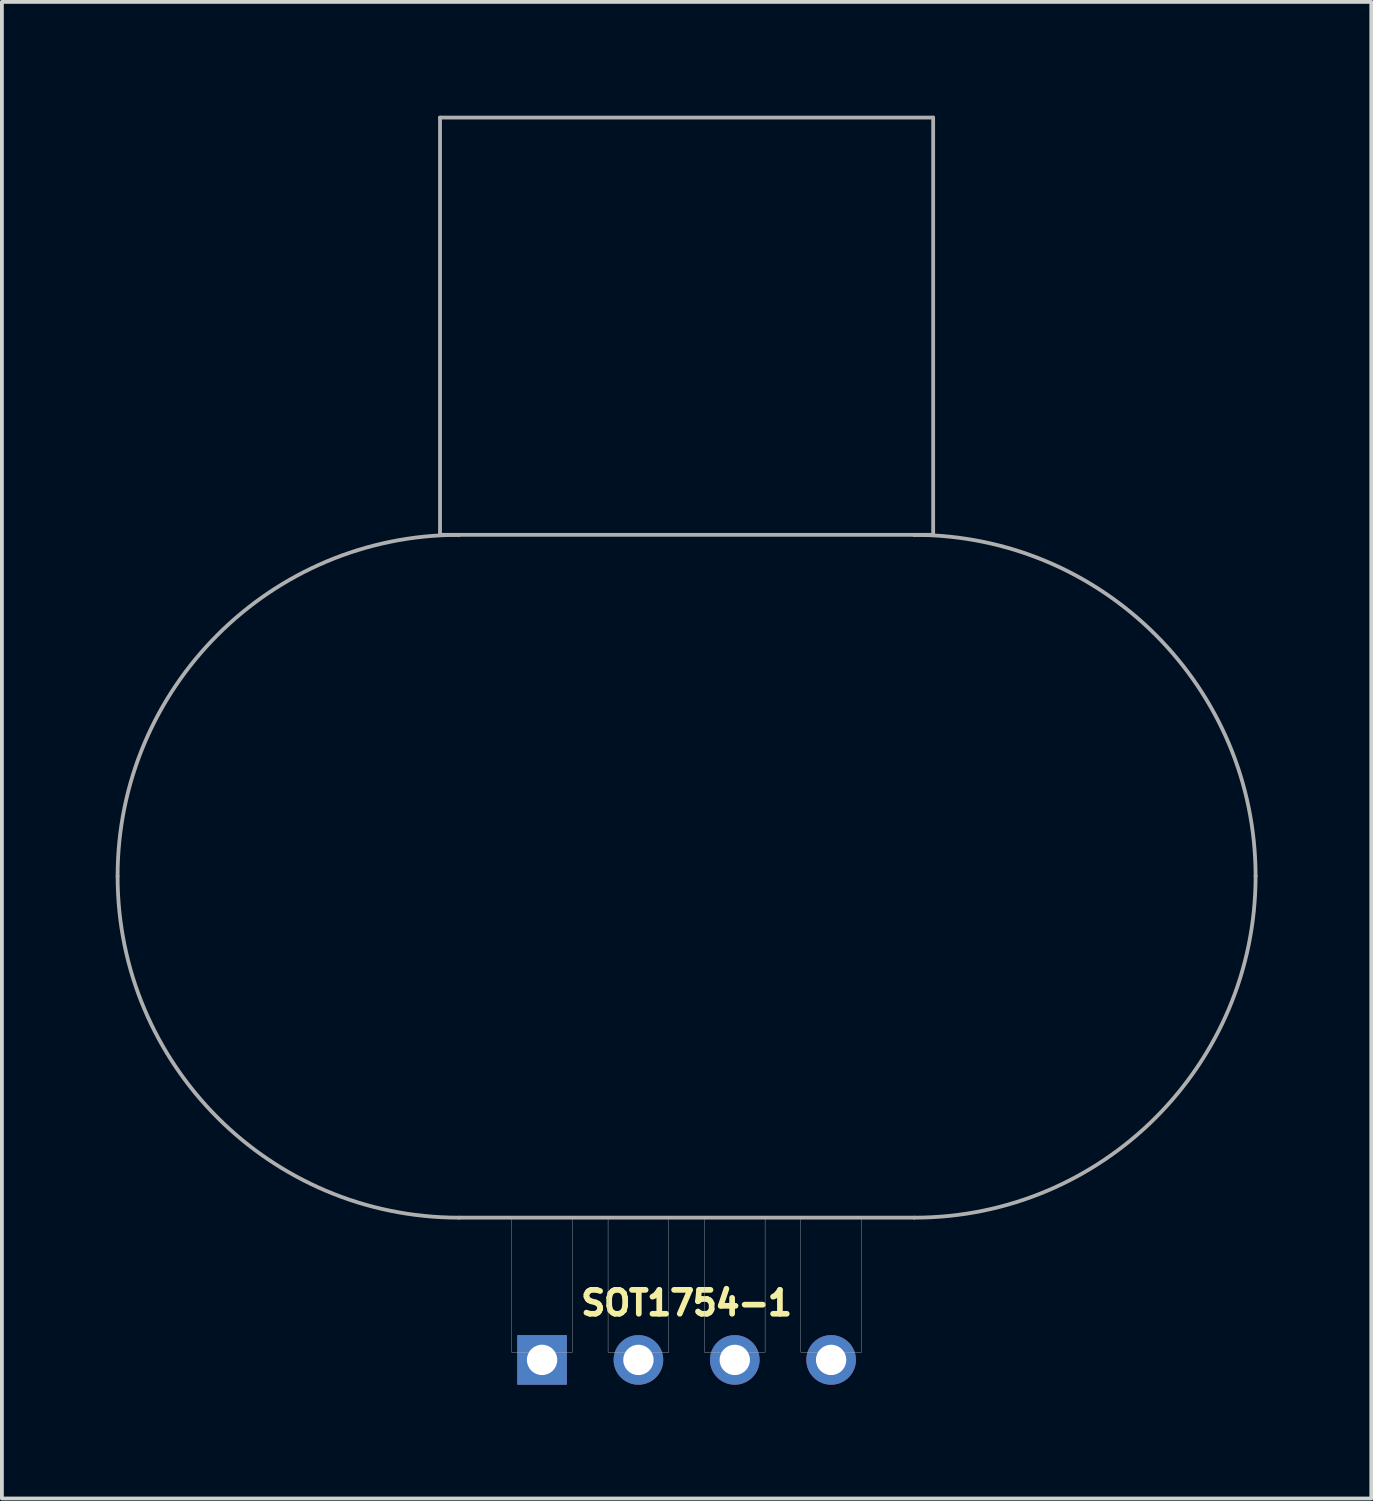
<source format=kicad_pcb>
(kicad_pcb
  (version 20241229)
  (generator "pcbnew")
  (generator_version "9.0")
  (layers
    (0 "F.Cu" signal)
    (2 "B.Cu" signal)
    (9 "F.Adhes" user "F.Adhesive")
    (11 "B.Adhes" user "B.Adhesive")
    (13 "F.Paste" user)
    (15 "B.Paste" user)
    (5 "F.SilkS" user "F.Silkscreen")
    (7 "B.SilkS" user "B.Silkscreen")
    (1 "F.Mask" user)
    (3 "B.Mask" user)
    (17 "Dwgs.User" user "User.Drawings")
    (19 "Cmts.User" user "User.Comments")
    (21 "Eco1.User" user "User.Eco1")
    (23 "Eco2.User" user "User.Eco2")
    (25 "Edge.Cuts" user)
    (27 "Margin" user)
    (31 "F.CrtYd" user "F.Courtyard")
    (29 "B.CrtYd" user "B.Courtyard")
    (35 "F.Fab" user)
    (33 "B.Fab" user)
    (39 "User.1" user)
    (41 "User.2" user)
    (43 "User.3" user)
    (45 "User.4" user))
  (footprint "SOT1754-1"
    (layer "F.Cu")
    (at 15.05 32.8)
    (property "Reference" "SOT1754-1" (at 0 -1.5 0) (layer "F.SilkS") (effects (font (size 0.63 0.63) (thickness 0.15))))
    (attr through_hole)
    (fp_line (start -6.5 -32.75) (end -6.5 -21.75) (stroke (width 0.1) (type solid)) (layer "F.Fab"))
    (fp_line (start -6 -21.75) (end -6.5 -21.75) (stroke (width 0.1) (type solid)) (layer "F.Fab"))
    (fp_line (start -6 -3.75) (end 6 -3.75) (stroke (width 0.1) (type solid)) (layer "F.Fab"))
    (fp_line (start 6 -21.75) (end -6 -21.75) (stroke (width 0.1) (type solid)) (layer "F.Fab"))
    (fp_line (start 6.5 -32.75) (end -6.5 -32.75) (stroke (width 0.1) (type solid)) (layer "F.Fab"))
    (fp_line (start 6.5 -21.75) (end 6 -21.75) (stroke (width 0.1) (type solid)) (layer "F.Fab"))
    (fp_line (start 6.5 -21.75) (end 6.5 -32.75) (stroke (width 0.1) (type solid)) (layer "F.Fab"))
    (fp_arc (start -15 -12.75) (mid -12.363961 -19.113961) (end -6 -21.75) (stroke (width 0.1) (type solid)) (layer "F.Fab"))
    (fp_arc (start -6 -3.75) (mid -12.363961 -6.386039) (end -15 -12.75) (stroke (width 0.1) (type solid)) (layer "F.Fab"))
    (fp_arc (start 6 -21.75) (mid 12.363961 -19.113961) (end 15 -12.75) (stroke (width 0.1) (type solid)) (layer "F.Fab"))
    (fp_arc (start 15 -12.75) (mid 12.363961 -6.386039) (end 6 -3.75) (stroke (width 0.1) (type solid)) (layer "F.Fab"))
    (fp_poly (pts (xy -4.61 -3.75) (xy -3.01 -3.75) (xy -3.01 -0.2) (xy -4.61 -0.2)) (stroke (width 0.01) (type solid)) (fill no) (layer "F.Fab"))
    (fp_poly (pts (xy -4.06 -0.2) (xy -3.56 -0.2) (xy -3.56 0.2) (xy -4.06 0.2)) (stroke (width 0.01) (type solid)) (fill no) (layer "F.Fab"))
    (fp_poly (pts (xy -2.07 -3.75) (xy -0.47 -3.75) (xy -0.47 -0.2) (xy -2.07 -0.2)) (stroke (width 0.01) (type solid)) (fill no) (layer "F.Fab"))
    (fp_poly (pts (xy -1.52 -0.2) (xy -1.02 -0.2) (xy -1.02 0.2) (xy -1.52 0.2)) (stroke (width 0.01) (type solid)) (fill no) (layer "F.Fab"))
    (fp_poly (pts (xy 0.47 -3.75) (xy 2.07 -3.75) (xy 2.07 -0.2) (xy 0.47 -0.2)) (stroke (width 0.01) (type solid)) (fill no) (layer "F.Fab"))
    (fp_poly (pts (xy 1.02 -0.2) (xy 1.52 -0.2) (xy 1.52 0.2) (xy 1.02 0.2)) (stroke (width 0.01) (type solid)) (fill no) (layer "F.Fab"))
    (fp_poly (pts (xy 3.01 -3.75) (xy 4.61 -3.75) (xy 4.61 -0.2) (xy 3.01 -0.2)) (stroke (width 0.01) (type solid)) (fill no) (layer "F.Fab"))
    (fp_poly (pts (xy 3.56 -0.2) (xy 4.06 -0.2) (xy 4.06 0.2) (xy 3.56 0.2)) (stroke (width 0.01) (type solid)) (fill no) (layer "F.Fab"))
    (pad "1" thru_hole rect (at -3.81 0) (size 1.308 1.308) (drill 0.8) (layers "*.Cu" "*.Mask"))
    (pad "2" thru_hole circle (at -1.27 0) (size 1.308 1.308) (drill 0.8) (layers "*.Cu" "*.Mask"))
    (pad "3" thru_hole circle (at 1.27 0) (size 1.308 1.308) (drill 0.8) (layers "*.Cu" "*.Mask"))
    (pad "4" thru_hole circle (at 3.81 0) (size 1.308 1.308) (drill 0.8) (layers "*.Cu" "*.Mask")))
  (gr_rect
    (start -3 -3)
    (end 33.1 36.454)
    (stroke (width 0.1) (type default))
    (fill no)
    (layer "Edge.Cuts")))
</source>
